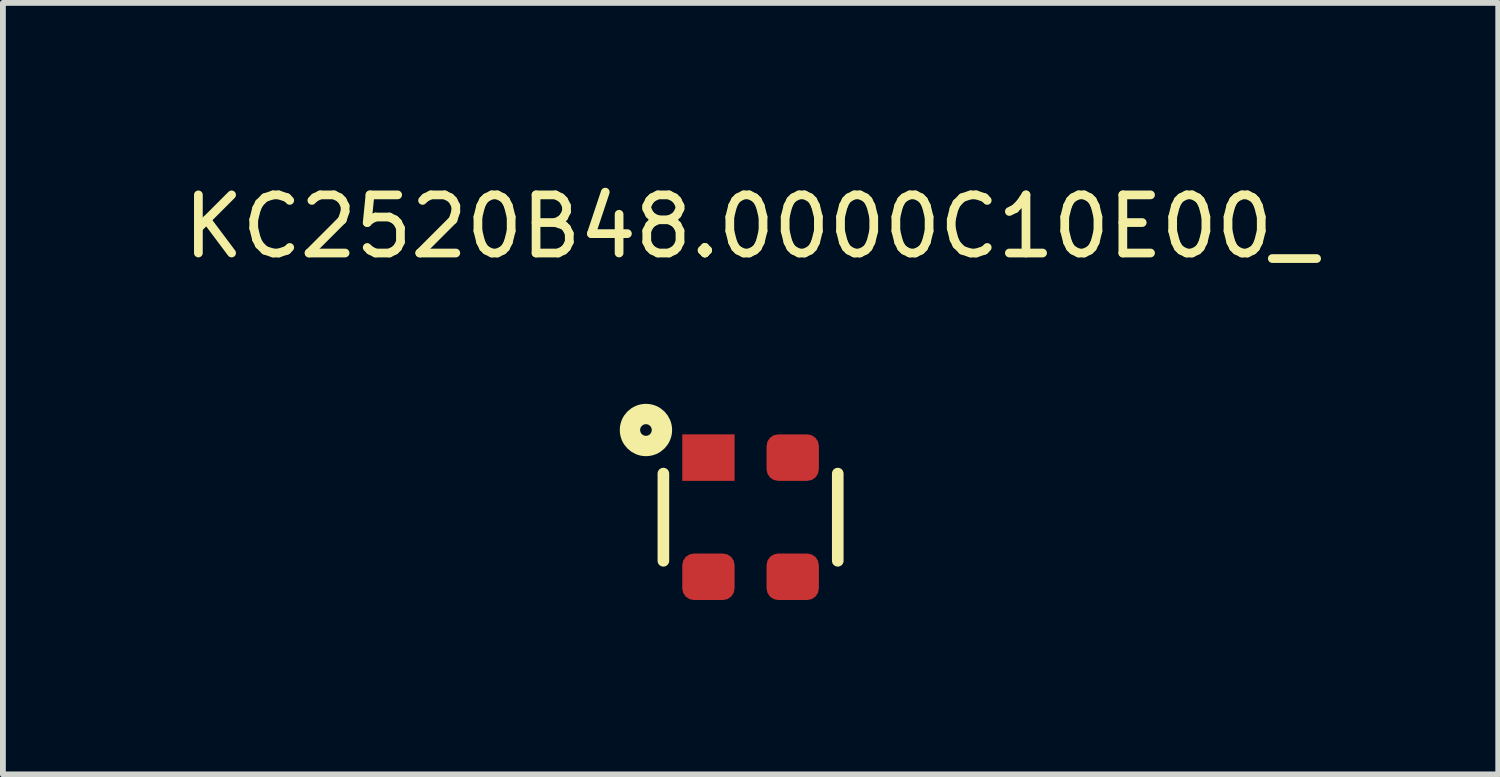
<source format=kicad_pcb>
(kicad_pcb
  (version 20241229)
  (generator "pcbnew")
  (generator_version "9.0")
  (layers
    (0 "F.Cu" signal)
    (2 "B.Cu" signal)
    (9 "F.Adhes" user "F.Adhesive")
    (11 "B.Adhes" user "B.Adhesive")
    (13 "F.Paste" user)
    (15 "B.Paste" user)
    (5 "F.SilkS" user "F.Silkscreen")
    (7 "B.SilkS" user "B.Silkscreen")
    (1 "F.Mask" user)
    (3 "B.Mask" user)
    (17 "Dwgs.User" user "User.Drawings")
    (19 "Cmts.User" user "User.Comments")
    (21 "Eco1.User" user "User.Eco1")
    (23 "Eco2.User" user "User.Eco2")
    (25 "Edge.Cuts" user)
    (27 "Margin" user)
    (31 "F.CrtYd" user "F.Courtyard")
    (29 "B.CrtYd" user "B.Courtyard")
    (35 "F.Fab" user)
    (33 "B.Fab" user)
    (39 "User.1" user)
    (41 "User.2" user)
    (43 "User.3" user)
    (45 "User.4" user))
  (footprint "KC2520B48.0000C10E00_"
    (layer "F.Cu")
    (at 9.863 5.848)
    (property "Reference" "KC2520B48.0000C10E00_" (at 0 -5 0) (layer "F.SilkS") (effects (font (size 1 1) (thickness 0.15))))
    (attr through_hole)
    (fp_line (start -1.5 -0.75) (end -1.5 0.75) (stroke (width 0.2) (type solid)) (layer "F.SilkS"))
    (fp_line (start 1.5 -0.75) (end 1.5 0.75) (stroke (width 0.2) (type solid)) (layer "F.SilkS"))
    (fp_circle (center -1.8 -1.5) (end -1.7 -1.5) (stroke (width 0.35) (type solid)) (fill no) (layer "F.SilkS"))
    (pad "1" smd rect (at -0.725 -1.025 270) (size 0.8 0.9) (layers "F.Cu" "F.Mask" "F.Paste"))
    (pad "2" smd roundrect (at -0.725 1.025 270) (size 0.8 0.9) (layers "F.Cu" "F.Mask" "F.Paste") (roundrect_rratio 0.25))
    (pad "3" smd roundrect (at 0.725 1.025 270) (size 0.8 0.9) (layers "F.Cu" "F.Mask" "F.Paste") (roundrect_rratio 0.25))
    (pad "4" smd roundrect (at 0.725 -1.025 270) (size 0.8 0.9) (layers "F.Cu" "F.Mask" "F.Paste") (roundrect_rratio 0.25)))
  (gr_rect
    (start -3 -3)
    (end 22.726 10.273)
    (stroke (width 0.1) (type default))
    (fill no)
    (layer "Edge.Cuts")))
</source>
